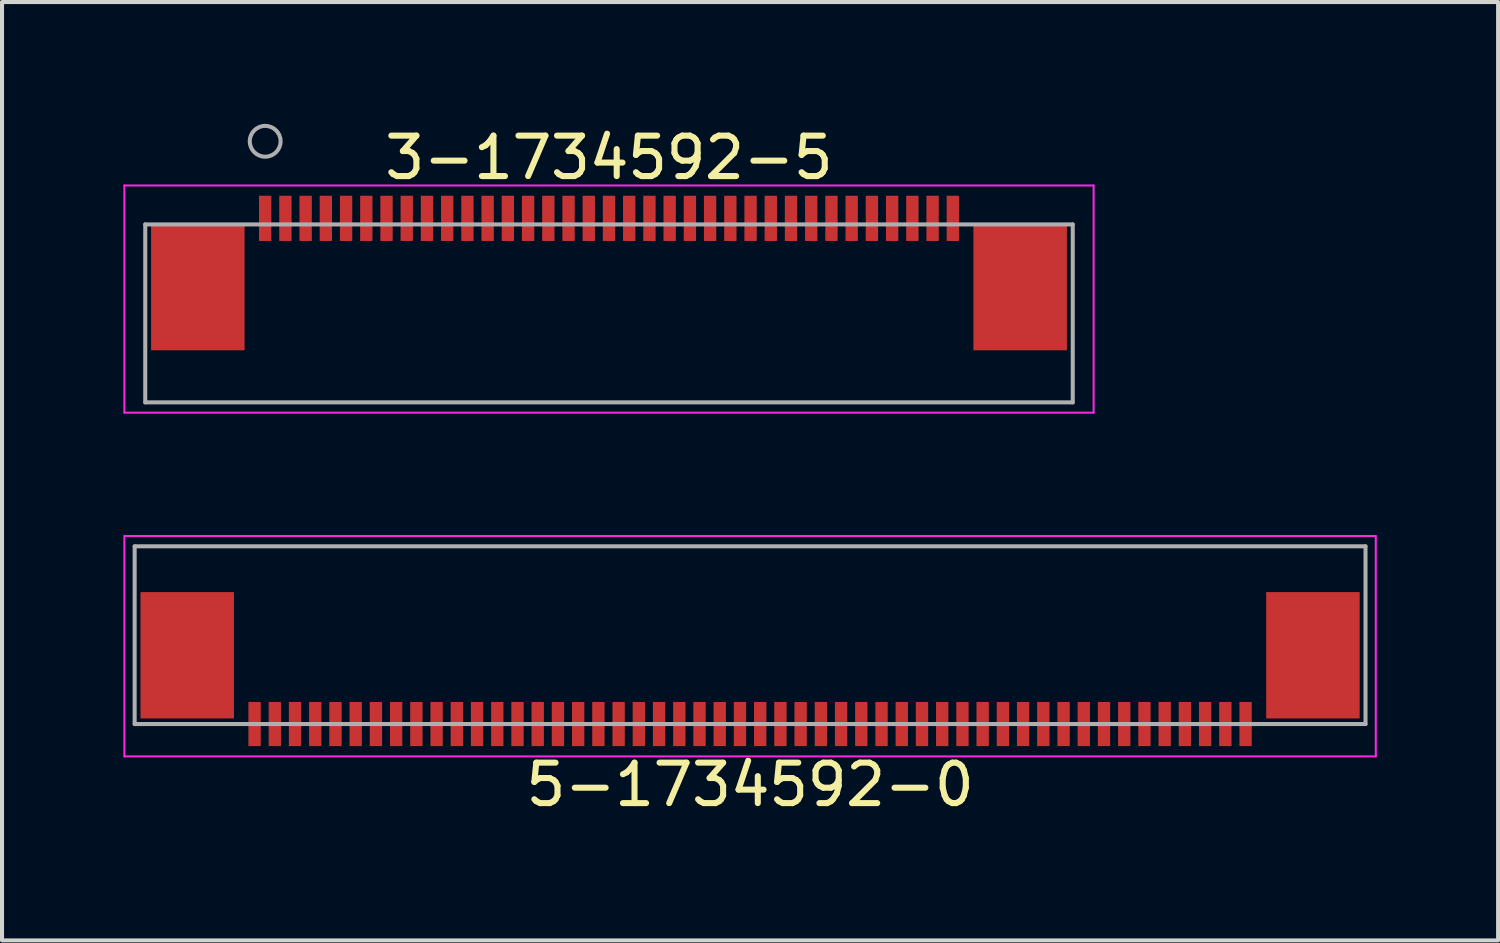
<source format=kicad_pcb>
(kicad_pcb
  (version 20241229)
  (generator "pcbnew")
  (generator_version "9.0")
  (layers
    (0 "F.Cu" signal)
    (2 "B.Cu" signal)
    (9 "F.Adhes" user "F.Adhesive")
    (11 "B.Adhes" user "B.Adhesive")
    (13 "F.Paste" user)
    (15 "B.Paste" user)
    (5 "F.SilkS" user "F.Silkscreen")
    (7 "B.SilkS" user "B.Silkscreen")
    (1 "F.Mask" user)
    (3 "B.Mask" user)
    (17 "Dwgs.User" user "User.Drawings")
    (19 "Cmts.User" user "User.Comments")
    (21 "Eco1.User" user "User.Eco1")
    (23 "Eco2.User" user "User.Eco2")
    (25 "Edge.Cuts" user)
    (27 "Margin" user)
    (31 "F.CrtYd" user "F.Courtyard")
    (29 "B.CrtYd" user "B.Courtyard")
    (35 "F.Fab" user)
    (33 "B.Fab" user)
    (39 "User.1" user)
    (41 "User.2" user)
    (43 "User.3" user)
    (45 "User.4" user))
  (footprint "5-1734592-0"
    (layer "F.Cu")
    (at 3.244 14.85)
    (property "Reference" "5-1734592-0" (at 12.25 1.5 0) (layer "F.SilkS") (effects (font (size 1 1) (thickness 0.15))))
    (attr smd)
    (fp_line (start -3.219 -4.648) (end -3.219 0.8) (stroke (width 0.05) (type solid)) (layer "F.CrtYd"))
    (fp_line (start -3.219 0.8) (end 27.719 0.8) (stroke (width 0.05) (type solid)) (layer "F.CrtYd"))
    (fp_line (start 27.719 -4.648) (end -3.219 -4.648) (stroke (width 0.05) (type solid)) (layer "F.CrtYd"))
    (fp_line (start 27.719 0.8) (end 27.719 -4.648) (stroke (width 0.05) (type solid)) (layer "F.CrtYd"))
    (fp_line (start -2.965 -4.394) (end -2.965 0) (stroke (width 0.1) (type solid)) (layer "F.Fab"))
    (fp_line (start -2.965 0) (end 27.465 0) (stroke (width 0.1) (type solid)) (layer "F.Fab"))
    (fp_line (start 27.465 -4.394) (end -2.965 -4.394) (stroke (width 0.1) (type solid)) (layer "F.Fab"))
    (fp_line (start 27.465 0) (end 27.465 -4.394) (stroke (width 0.1) (type solid)) (layer "F.Fab"))
    (pad "1" smd rect (at -0.000001 0) (size 0.305 1.092) (layers "F.Cu" "F.Mask" "F.Paste"))
    (pad "2" smd rect (at 0.5 0) (size 0.305 1.092) (layers "F.Cu" "F.Mask" "F.Paste"))
    (pad "3" smd rect (at 1 0) (size 0.305 1.092) (layers "F.Cu" "F.Mask" "F.Paste"))
    (pad "4" smd rect (at 1.5 0) (size 0.305 1.092) (layers "F.Cu" "F.Mask" "F.Paste"))
    (pad "5" smd rect (at 2 0) (size 0.305 1.092) (layers "F.Cu" "F.Mask" "F.Paste"))
    (pad "6" smd rect (at 2.5 0) (size 0.305 1.092) (layers "F.Cu" "F.Mask" "F.Paste"))
    (pad "7" smd rect (at 3 0) (size 0.305 1.092) (layers "F.Cu" "F.Mask" "F.Paste"))
    (pad "8" smd rect (at 3.5 0) (size 0.305 1.092) (layers "F.Cu" "F.Mask" "F.Paste"))
    (pad "9" smd rect (at 4 0) (size 0.305 1.092) (layers "F.Cu" "F.Mask" "F.Paste"))
    (pad "10" smd rect (at 4.5 0) (size 0.305 1.092) (layers "F.Cu" "F.Mask" "F.Paste"))
    (pad "11" smd rect (at 5 0) (size 0.305 1.092) (layers "F.Cu" "F.Mask" "F.Paste"))
    (pad "12" smd rect (at 5.5 0) (size 0.305 1.092) (layers "F.Cu" "F.Mask" "F.Paste"))
    (pad "13" smd rect (at 6 0) (size 0.305 1.092) (layers "F.Cu" "F.Mask" "F.Paste"))
    (pad "14" smd rect (at 6.5 0) (size 0.305 1.092) (layers "F.Cu" "F.Mask" "F.Paste"))
    (pad "15" smd rect (at 7 0) (size 0.305 1.092) (layers "F.Cu" "F.Mask" "F.Paste"))
    (pad "16" smd rect (at 7.5 0) (size 0.305 1.092) (layers "F.Cu" "F.Mask" "F.Paste"))
    (pad "17" smd rect (at 8 0) (size 0.305 1.092) (layers "F.Cu" "F.Mask" "F.Paste"))
    (pad "18" smd rect (at 8.5 0) (size 0.305 1.092) (layers "F.Cu" "F.Mask" "F.Paste"))
    (pad "19" smd rect (at 9 0) (size 0.305 1.092) (layers "F.Cu" "F.Mask" "F.Paste"))
    (pad "20" smd rect (at 9.5 0) (size 0.305 1.092) (layers "F.Cu" "F.Mask" "F.Paste"))
    (pad "21" smd rect (at 10 0) (size 0.305 1.092) (layers "F.Cu" "F.Mask" "F.Paste"))
    (pad "22" smd rect (at 10.5 0) (size 0.305 1.092) (layers "F.Cu" "F.Mask" "F.Paste"))
    (pad "23" smd rect (at 11 0) (size 0.305 1.092) (layers "F.Cu" "F.Mask" "F.Paste"))
    (pad "24" smd rect (at 11.5 0) (size 0.305 1.092) (layers "F.Cu" "F.Mask" "F.Paste"))
    (pad "25" smd rect (at 12 0) (size 0.305 1.092) (layers "F.Cu" "F.Mask" "F.Paste"))
    (pad "26" smd rect (at 12.5 0) (size 0.305 1.092) (layers "F.Cu" "F.Mask" "F.Paste"))
    (pad "27" smd rect (at 13 0) (size 0.305 1.092) (layers "F.Cu" "F.Mask" "F.Paste"))
    (pad "28" smd rect (at 13.5 0) (size 0.305 1.092) (layers "F.Cu" "F.Mask" "F.Paste"))
    (pad "29" smd rect (at 14 0) (size 0.305 1.092) (layers "F.Cu" "F.Mask" "F.Paste"))
    (pad "30" smd rect (at 14.5 0) (size 0.305 1.092) (layers "F.Cu" "F.Mask" "F.Paste"))
    (pad "31" smd rect (at 15 0) (size 0.305 1.092) (layers "F.Cu" "F.Mask" "F.Paste"))
    (pad "32" smd rect (at 15.5 0) (size 0.305 1.092) (layers "F.Cu" "F.Mask" "F.Paste"))
    (pad "33" smd rect (at 16 0) (size 0.305 1.092) (layers "F.Cu" "F.Mask" "F.Paste"))
    (pad "34" smd rect (at 16.5 0) (size 0.305 1.092) (layers "F.Cu" "F.Mask" "F.Paste"))
    (pad "35" smd rect (at 17 0) (size 0.305 1.092) (layers "F.Cu" "F.Mask" "F.Paste"))
    (pad "36" smd rect (at 17.5 0) (size 0.305 1.092) (layers "F.Cu" "F.Mask" "F.Paste"))
    (pad "37" smd rect (at 18 0) (size 0.305 1.092) (layers "F.Cu" "F.Mask" "F.Paste"))
    (pad "38" smd rect (at 18.5 0) (size 0.305 1.092) (layers "F.Cu" "F.Mask" "F.Paste"))
    (pad "39" smd rect (at 19 0) (size 0.305 1.092) (layers "F.Cu" "F.Mask" "F.Paste"))
    (pad "40" smd rect (at 19.5 0) (size 0.305 1.092) (layers "F.Cu" "F.Mask" "F.Paste"))
    (pad "41" smd rect (at 20 0) (size 0.305 1.092) (layers "F.Cu" "F.Mask" "F.Paste"))
    (pad "42" smd rect (at 20.5 0) (size 0.305 1.092) (layers "F.Cu" "F.Mask" "F.Paste"))
    (pad "43" smd rect (at 21 0) (size 0.305 1.092) (layers "F.Cu" "F.Mask" "F.Paste"))
    (pad "44" smd rect (at 21.5 0) (size 0.305 1.092) (layers "F.Cu" "F.Mask" "F.Paste"))
    (pad "45" smd rect (at 22 0) (size 0.305 1.092) (layers "F.Cu" "F.Mask" "F.Paste"))
    (pad "46" smd rect (at 22.5 0) (size 0.305 1.092) (layers "F.Cu" "F.Mask" "F.Paste"))
    (pad "47" smd rect (at 23 0) (size 0.305 1.092) (layers "F.Cu" "F.Mask" "F.Paste"))
    (pad "48" smd rect (at 23.5 0) (size 0.305 1.092) (layers "F.Cu" "F.Mask" "F.Paste"))
    (pad "49" smd rect (at 24 0) (size 0.305 1.092) (layers "F.Cu" "F.Mask" "F.Paste"))
    (pad "50" smd rect (at 24.5 0) (size 0.305 1.092) (layers "F.Cu" "F.Mask" "F.Paste"))
    (pad "MP1" smd rect (at 26.165 -1.7 270) (size 3.124 2.311) (layers "F.Cu" "F.Mask" "F.Paste"))
    (pad "MP2" smd rect (at -1.665 -1.7 270) (size 3.124 2.311) (layers "F.Cu" "F.Mask" "F.Paste")))
  (footprint "3-1734592-5"
    (layer "F.Cu")
    (at 3.506 2.348)
    (property "Reference" "3-1734592-5" (at 8.5 -1.5 0) (layer "F.SilkS") (effects (font (size 1 1) (thickness 0.15))))
    (attr smd)
    (fp_line (start -3.481 -0.813) (end -3.481 4.804) (stroke (width 0.05) (type solid)) (layer "F.CrtYd"))
    (fp_line (start -3.481 4.804) (end 20.481 4.804) (stroke (width 0.05) (type solid)) (layer "F.CrtYd"))
    (fp_line (start 20.481 -0.813) (end -3.481 -0.813) (stroke (width 0.05) (type solid)) (layer "F.CrtYd"))
    (fp_line (start 20.481 4.804) (end 20.481 -0.813) (stroke (width 0.05) (type solid)) (layer "F.CrtYd"))
    (fp_line (start -2.965 0.15) (end -2.965 4.55) (stroke (width 0.1) (type solid)) (layer "F.Fab"))
    (fp_line (start -2.965 4.55) (end 19.965 4.55) (stroke (width 0.1) (type solid)) (layer "F.Fab"))
    (fp_line (start 19.965 0.15) (end -2.965 0.15) (stroke (width 0.1) (type solid)) (layer "F.Fab"))
    (fp_line (start 19.965 4.55) (end 19.965 0.15) (stroke (width 0.1) (type solid)) (layer "F.Fab"))
    (fp_circle (center 0 -1.905) (end 0.381 -1.905) (stroke (width 0.1) (type solid)) (fill no) (layer "F.Fab"))
    (pad "1" smd rect (at 0 0) (size 0.305 1.118) (layers "F.Cu" "F.Mask" "F.Paste"))
    (pad "2" smd rect (at 0.5 0) (size 0.305 1.118) (layers "F.Cu" "F.Mask" "F.Paste"))
    (pad "3" smd rect (at 1 0) (size 0.305 1.118) (layers "F.Cu" "F.Mask" "F.Paste"))
    (pad "4" smd rect (at 1.5 0) (size 0.305 1.118) (layers "F.Cu" "F.Mask" "F.Paste"))
    (pad "5" smd rect (at 2 0) (size 0.305 1.118) (layers "F.Cu" "F.Mask" "F.Paste"))
    (pad "6" smd rect (at 2.5 0) (size 0.305 1.118) (layers "F.Cu" "F.Mask" "F.Paste"))
    (pad "7" smd rect (at 3 0) (size 0.305 1.118) (layers "F.Cu" "F.Mask" "F.Paste"))
    (pad "8" smd rect (at 3.5 0) (size 0.305 1.118) (layers "F.Cu" "F.Mask" "F.Paste"))
    (pad "9" smd rect (at 4 0) (size 0.305 1.118) (layers "F.Cu" "F.Mask" "F.Paste"))
    (pad "10" smd rect (at 4.5 0) (size 0.305 1.118) (layers "F.Cu" "F.Mask" "F.Paste"))
    (pad "11" smd rect (at 5 0) (size 0.305 1.118) (layers "F.Cu" "F.Mask" "F.Paste"))
    (pad "12" smd rect (at 5.5 0) (size 0.305 1.118) (layers "F.Cu" "F.Mask" "F.Paste"))
    (pad "13" smd rect (at 6 0) (size 0.305 1.118) (layers "F.Cu" "F.Mask" "F.Paste"))
    (pad "14" smd rect (at 6.5 0) (size 0.305 1.118) (layers "F.Cu" "F.Mask" "F.Paste"))
    (pad "15" smd rect (at 7 0) (size 0.305 1.118) (layers "F.Cu" "F.Mask" "F.Paste"))
    (pad "16" smd rect (at 7.5 0) (size 0.305 1.118) (layers "F.Cu" "F.Mask" "F.Paste"))
    (pad "17" smd rect (at 8 0) (size 0.305 1.118) (layers "F.Cu" "F.Mask" "F.Paste"))
    (pad "18" smd rect (at 8.5 0) (size 0.305 1.118) (layers "F.Cu" "F.Mask" "F.Paste"))
    (pad "19" smd rect (at 9 0) (size 0.305 1.118) (layers "F.Cu" "F.Mask" "F.Paste"))
    (pad "20" smd rect (at 9.5 0) (size 0.305 1.118) (layers "F.Cu" "F.Mask" "F.Paste"))
    (pad "21" smd rect (at 10 0) (size 0.305 1.118) (layers "F.Cu" "F.Mask" "F.Paste"))
    (pad "22" smd rect (at 10.5 0) (size 0.305 1.118) (layers "F.Cu" "F.Mask" "F.Paste"))
    (pad "23" smd rect (at 11 0) (size 0.305 1.118) (layers "F.Cu" "F.Mask" "F.Paste"))
    (pad "24" smd rect (at 11.5 0) (size 0.305 1.118) (layers "F.Cu" "F.Mask" "F.Paste"))
    (pad "25" smd rect (at 12 0) (size 0.305 1.118) (layers "F.Cu" "F.Mask" "F.Paste"))
    (pad "26" smd rect (at 12.5 0) (size 0.305 1.118) (layers "F.Cu" "F.Mask" "F.Paste"))
    (pad "27" smd rect (at 13 0) (size 0.305 1.118) (layers "F.Cu" "F.Mask" "F.Paste"))
    (pad "28" smd rect (at 13.5 0) (size 0.305 1.118) (layers "F.Cu" "F.Mask" "F.Paste"))
    (pad "29" smd rect (at 14 0) (size 0.305 1.118) (layers "F.Cu" "F.Mask" "F.Paste"))
    (pad "30" smd rect (at 14.5 0) (size 0.305 1.118) (layers "F.Cu" "F.Mask" "F.Paste"))
    (pad "31" smd rect (at 15 0) (size 0.305 1.118) (layers "F.Cu" "F.Mask" "F.Paste"))
    (pad "32" smd rect (at 15.5 0) (size 0.305 1.118) (layers "F.Cu" "F.Mask" "F.Paste"))
    (pad "33" smd rect (at 16 0) (size 0.305 1.118) (layers "F.Cu" "F.Mask" "F.Paste"))
    (pad "34" smd rect (at 16.5 0) (size 0.305 1.118) (layers "F.Cu" "F.Mask" "F.Paste"))
    (pad "35" smd rect (at 17 0) (size 0.305 1.118) (layers "F.Cu" "F.Mask" "F.Paste"))
    (pad "MP1" smd rect (at -1.665 1.7 90) (size 3.124 2.311) (layers "F.Cu" "F.Mask" "F.Paste"))
    (pad "MP2" smd rect (at 18.665 1.7 90) (size 3.124 2.311) (layers "F.Cu" "F.Mask" "F.Paste")))
  (gr_rect
    (start -3 -3)
    (end 33.987 20.199)
    (stroke (width 0.1) (type default))
    (fill no)
    (layer "Edge.Cuts")))
</source>
